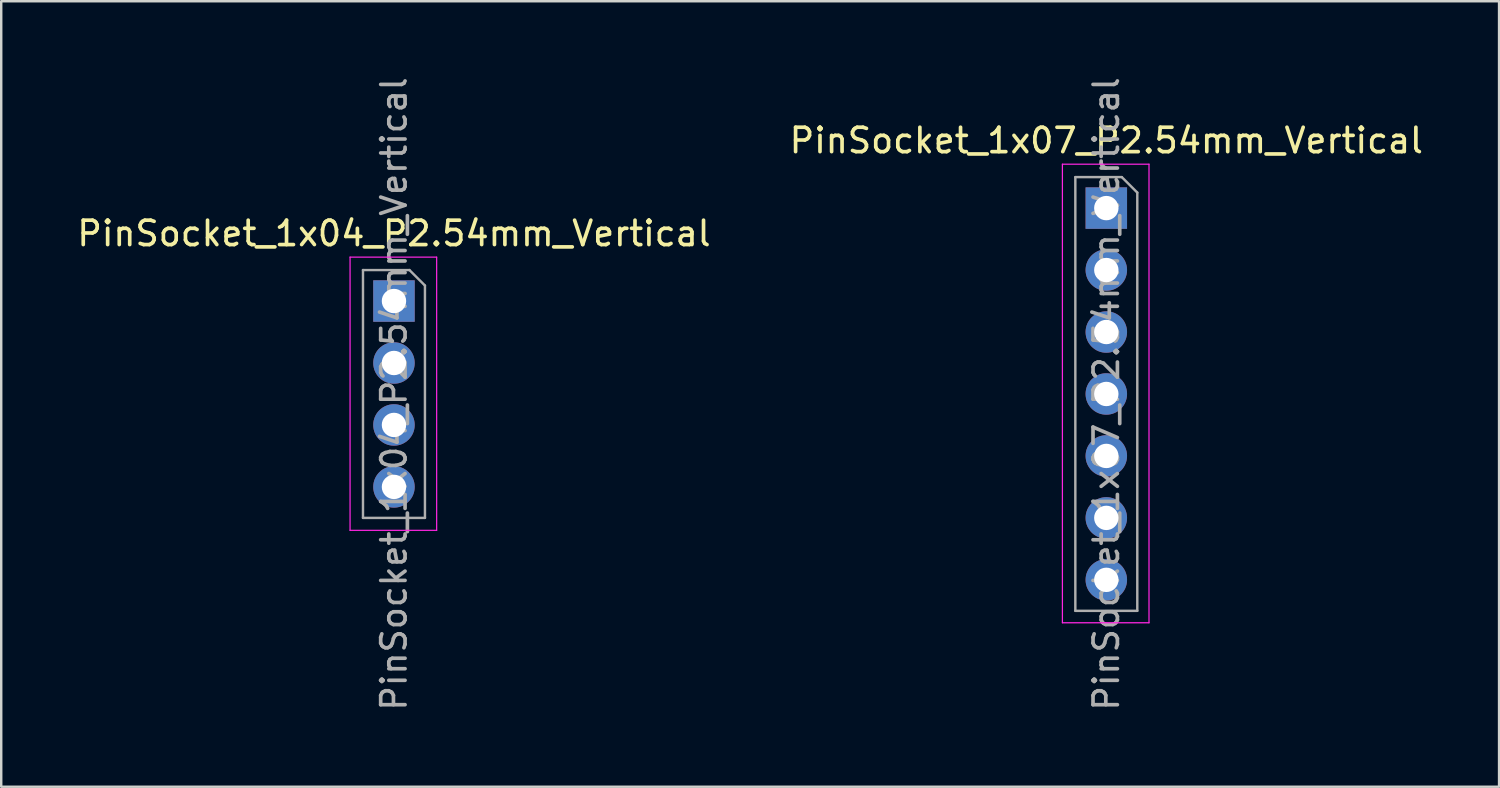
<source format=kicad_pcb>
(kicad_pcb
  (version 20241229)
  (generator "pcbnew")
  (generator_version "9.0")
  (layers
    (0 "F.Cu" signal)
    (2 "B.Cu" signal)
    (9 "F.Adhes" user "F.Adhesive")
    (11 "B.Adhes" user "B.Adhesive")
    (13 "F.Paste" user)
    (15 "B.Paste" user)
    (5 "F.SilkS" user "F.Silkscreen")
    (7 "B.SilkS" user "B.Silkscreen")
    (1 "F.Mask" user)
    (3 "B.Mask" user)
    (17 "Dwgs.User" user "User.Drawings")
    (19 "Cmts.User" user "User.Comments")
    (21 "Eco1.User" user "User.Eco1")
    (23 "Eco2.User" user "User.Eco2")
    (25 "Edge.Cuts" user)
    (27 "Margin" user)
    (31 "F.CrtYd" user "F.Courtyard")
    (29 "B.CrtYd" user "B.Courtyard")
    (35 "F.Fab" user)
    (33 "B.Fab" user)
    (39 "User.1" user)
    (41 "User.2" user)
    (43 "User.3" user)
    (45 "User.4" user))
  (footprint "PinSocket_1x07_P2.54mm_Vertical"
    (layer "F.Cu")
    (at 42.304 5.481)
    (property "Reference" "PinSocket_1x07_P2.54mm_Vertical" (at 0 -2.77 0) (layer "F.SilkS") (effects (font (size 1 1) (thickness 0.15))))
    (attr through_hole)
    (fp_line (start -1.8 -1.8) (end 1.75 -1.8) (stroke (width 0.05) (type solid)) (layer "F.CrtYd"))
    (fp_line (start -1.8 17) (end -1.8 -1.8) (stroke (width 0.05) (type solid)) (layer "F.CrtYd"))
    (fp_line (start 1.75 -1.8) (end 1.75 17) (stroke (width 0.05) (type solid)) (layer "F.CrtYd"))
    (fp_line (start 1.75 17) (end -1.8 17) (stroke (width 0.05) (type solid)) (layer "F.CrtYd"))
    (fp_line (start -1.27 -1.27) (end 0.635 -1.27) (stroke (width 0.1) (type solid)) (layer "F.Fab"))
    (fp_line (start -1.27 16.51) (end -1.27 -1.27) (stroke (width 0.1) (type solid)) (layer "F.Fab"))
    (fp_line (start 0.635 -1.27) (end 1.27 -0.635) (stroke (width 0.1) (type solid)) (layer "F.Fab"))
    (fp_line (start 1.27 -0.635) (end 1.27 16.51) (stroke (width 0.1) (type solid)) (layer "F.Fab"))
    (fp_line (start 1.27 16.51) (end -1.27 16.51) (stroke (width 0.1) (type solid)) (layer "F.Fab"))
    (fp_text user "${REFERENCE}" (at 0 7.62 90) (layer "F.Fab") (effects (font (size 1 1) (thickness 0.15))))
    (pad "1" thru_hole rect (at 0 0) (size 1.7 1.7) (drill 1) (layers "*.Cu" "*.Mask"))
    (pad "2" thru_hole oval (at 0 2.54) (size 1.7 1.7) (drill 1) (layers "*.Cu" "*.Mask"))
    (pad "3" thru_hole oval (at 0 5.08) (size 1.7 1.7) (drill 1) (layers "*.Cu" "*.Mask"))
    (pad "4" thru_hole oval (at 0 7.62) (size 1.7 1.7) (drill 1) (layers "*.Cu" "*.Mask"))
    (pad "5" thru_hole oval (at 0 10.16) (size 1.7 1.7) (drill 1) (layers "*.Cu" "*.Mask"))
    (pad "6" thru_hole oval (at 0 12.7) (size 1.7 1.7) (drill 1) (layers "*.Cu" "*.Mask"))
    (pad "7" thru_hole oval (at 0 15.24) (size 1.7 1.7) (drill 1) (layers "*.Cu" "*.Mask")))
  (footprint "PinSocket_1x04_P2.54mm_Vertical"
    (layer "F.Cu")
    (at 13.101 9.291)
    (property "Reference" "PinSocket_1x04_P2.54mm_Vertical" (at 0 -2.77 0) (layer "F.SilkS") (effects (font (size 1 1) (thickness 0.15))))
    (attr through_hole)
    (fp_line (start -1.8 -1.8) (end 1.75 -1.8) (stroke (width 0.05) (type solid)) (layer "F.CrtYd"))
    (fp_line (start -1.8 9.4) (end -1.8 -1.8) (stroke (width 0.05) (type solid)) (layer "F.CrtYd"))
    (fp_line (start 1.75 -1.8) (end 1.75 9.4) (stroke (width 0.05) (type solid)) (layer "F.CrtYd"))
    (fp_line (start 1.75 9.4) (end -1.8 9.4) (stroke (width 0.05) (type solid)) (layer "F.CrtYd"))
    (fp_line (start -1.27 -1.27) (end 0.635 -1.27) (stroke (width 0.1) (type solid)) (layer "F.Fab"))
    (fp_line (start -1.27 8.89) (end -1.27 -1.27) (stroke (width 0.1) (type solid)) (layer "F.Fab"))
    (fp_line (start 0.635 -1.27) (end 1.27 -0.635) (stroke (width 0.1) (type solid)) (layer "F.Fab"))
    (fp_line (start 1.27 -0.635) (end 1.27 8.89) (stroke (width 0.1) (type solid)) (layer "F.Fab"))
    (fp_line (start 1.27 8.89) (end -1.27 8.89) (stroke (width 0.1) (type solid)) (layer "F.Fab"))
    (fp_text user "${REFERENCE}" (at 0 3.81 90) (layer "F.Fab") (effects (font (size 1 1) (thickness 0.15))))
    (pad "1" thru_hole rect (at 0 0) (size 1.7 1.7) (drill 1) (layers "*.Cu" "*.Mask"))
    (pad "2" thru_hole oval (at 0 2.54) (size 1.7 1.7) (drill 1) (layers "*.Cu" "*.Mask"))
    (pad "3" thru_hole oval (at 0 5.08) (size 1.7 1.7) (drill 1) (layers "*.Cu" "*.Mask"))
    (pad "4" thru_hole oval (at 0 7.62) (size 1.7 1.7) (drill 1) (layers "*.Cu" "*.Mask")))
  (gr_rect
    (start -3 -3)
    (end 58.405 29.202)
    (stroke (width 0.1) (type default))
    (fill no)
    (layer "Edge.Cuts")))
</source>
